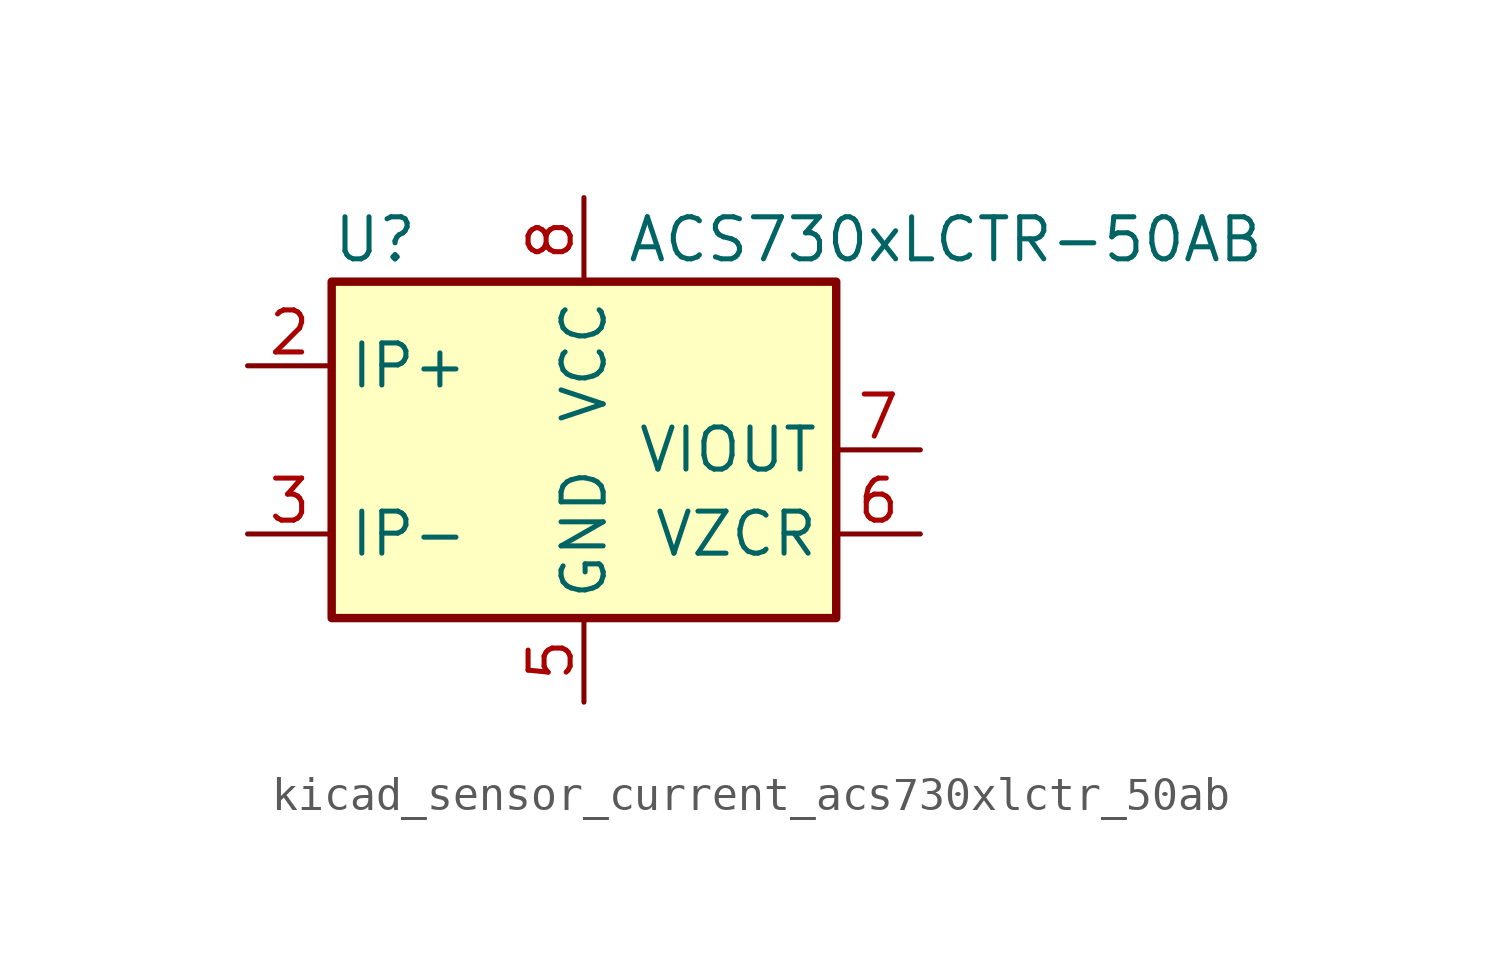
<source format=kicad_sym>
(kicad_symbol_lib
  (version 20220914)
  (generator kicad_symbol_editor)
  (symbol "kicad_sensor_current_acs730xlctr_50ab"
    (property "Reference" "U"
      (at -7.62 6.35 0)
      (effects (font (size 1.27 1.27)) (justify left)))
    (property "Value" "ACS730xLCTR-50AB"
      (at 1.27 6.35 0)
      (effects (font (size 1.27 1.27)) (justify left)))
    (symbol "kicad_sensor_current_acs730xlctr_50ab_0_1"
      (rectangle (start -7.62 5.08) (end 7.62 -5.08) (stroke (width 0.254) (type default)) (fill (type background))))
    (symbol "kicad_sensor_current_acs730xlctr_50ab_1_1"
      (pin passive line (at -10.16 2.54 0) (length 2.54) hide (name "IP+" (effects (font (size 1.27 1.27)))) (number "1" (effects (font (size 1.27 1.27)))))
      (pin passive line (at -10.16 2.54 0) (length 2.54) (name "IP+" (effects (font (size 1.27 1.27)))) (number "2" (effects (font (size 1.27 1.27)))))
      (pin passive line (at -10.16 -2.54 0) (length 2.54) (name "IP-" (effects (font (size 1.27 1.27)))) (number "3" (effects (font (size 1.27 1.27)))))
      (pin passive line (at -10.16 -2.54 0) (length 2.54) hide (name "IP-" (effects (font (size 1.27 1.27)))) (number "4" (effects (font (size 1.27 1.27)))))
      (pin power_in line (at 0 -7.62 90) (length 2.54) (name "GND" (effects (font (size 1.27 1.27)))) (number "5" (effects (font (size 1.27 1.27)))))
      (pin passive line (at 10.16 -2.54 180) (length 2.54) (name "VZCR" (effects (font (size 1.27 1.27)))) (number "6" (effects (font (size 1.27 1.27)))))
      (pin output line (at 10.16 0 180) (length 2.54) (name "VIOUT" (effects (font (size 1.27 1.27)))) (number "7" (effects (font (size 1.27 1.27)))))
      (pin power_in line (at 0 7.62 270) (length 2.54) (name "VCC" (effects (font (size 1.27 1.27)))) (number "8" (effects (font (size 1.27 1.27))))))))
</source>
